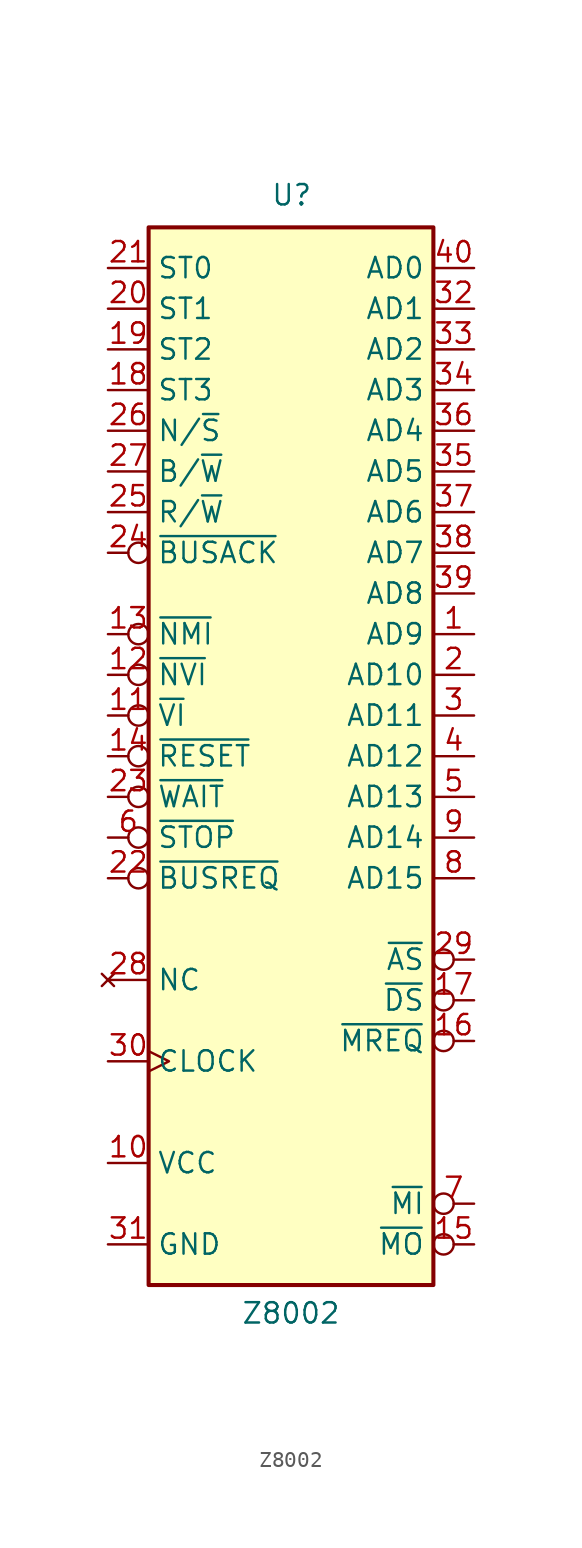
<source format=kicad_sym>
(kicad_symbol_lib
  (version 20231120)
  (generator "kicad_symbol_editor")
  (generator_version "8.0")
  (symbol "Z8002"
    (property "Reference" "U"
      (at -1.27 34.29 0)
      (effects (font (size 1.27 1.27)) (justify left bottom)))
    (property "Value" "Z8002"
      (at 0 -34.036 0)
      (effects (font (size 1.27 1.27)) (justify top)))
    (symbol "Z8002_0_1"
      (rectangle (start -8.89 33.02) (end 8.89 -33.02) (stroke (width 0.254) (type default)) (fill (type background))))
    (symbol "Z8002_1_1"
      (pin bidirectional line (at 11.43 7.62 180) (length 2.54) (name "AD9" (effects (font (size 1.27 1.27)))) (number "1" (effects (font (size 1.27 1.27)))))
      (pin power_in line (at -11.43 -25.4 0) (length 2.54) (name "VCC" (effects (font (size 1.27 1.27)))) (number "10" (effects (font (size 1.27 1.27)))))
      (pin input inverted (at -11.43 2.54 0) (length 2.54) (name "~{VI}" (effects (font (size 1.27 1.27)))) (number "11" (effects (font (size 1.27 1.27)))))
      (pin input inverted (at -11.43 5.08 0) (length 2.54) (name "~{NVI}" (effects (font (size 1.27 1.27)))) (number "12" (effects (font (size 1.27 1.27)))))
      (pin input inverted (at -11.43 7.62 0) (length 2.54) (name "~{NMI}" (effects (font (size 1.27 1.27)))) (number "13" (effects (font (size 1.27 1.27)))))
      (pin input inverted (at -11.43 0 0) (length 2.54) (name "~{RESET}" (effects (font (size 1.27 1.27)))) (number "14" (effects (font (size 1.27 1.27)))))
      (pin output inverted (at 11.43 -30.48 180) (length 2.54) (name "~{MO}" (effects (font (size 1.27 1.27)))) (number "15" (effects (font (size 1.27 1.27)))))
      (pin output inverted (at 11.43 -17.78 180) (length 2.54) (name "~{MREQ}" (effects (font (size 1.27 1.27)))) (number "16" (effects (font (size 1.27 1.27)))))
      (pin output inverted (at 11.43 -15.24 180) (length 2.54) (name "~{DS}" (effects (font (size 1.27 1.27)))) (number "17" (effects (font (size 1.27 1.27)))))
      (pin output line (at -11.43 22.86 0) (length 2.54) (name "ST3" (effects (font (size 1.27 1.27)))) (number "18" (effects (font (size 1.27 1.27)))))
      (pin output line (at -11.43 25.4 0) (length 2.54) (name "ST2" (effects (font (size 1.27 1.27)))) (number "19" (effects (font (size 1.27 1.27)))))
      (pin bidirectional line (at 11.43 5.08 180) (length 2.54) (name "AD10" (effects (font (size 1.27 1.27)))) (number "2" (effects (font (size 1.27 1.27)))))
      (pin output line (at -11.43 27.94 0) (length 2.54) (name "ST1" (effects (font (size 1.27 1.27)))) (number "20" (effects (font (size 1.27 1.27)))))
      (pin output line (at -11.43 30.48 0) (length 2.54) (name "ST0" (effects (font (size 1.27 1.27)))) (number "21" (effects (font (size 1.27 1.27)))))
      (pin input inverted (at -11.43 -7.62 0) (length 2.54) (name "~{BUSREQ}" (effects (font (size 1.27 1.27)))) (number "22" (effects (font (size 1.27 1.27)))))
      (pin input inverted (at -11.43 -2.54 0) (length 2.54) (name "~{WAIT}" (effects (font (size 1.27 1.27)))) (number "23" (effects (font (size 1.27 1.27)))))
      (pin output inverted (at -11.43 12.7 0) (length 2.54) (name "~{BUSACK}" (effects (font (size 1.27 1.27)))) (number "24" (effects (font (size 1.27 1.27)))))
      (pin output line (at -11.43 15.24 0) (length 2.54) (name "R/~{W}" (effects (font (size 1.27 1.27)))) (number "25" (effects (font (size 1.27 1.27)))))
      (pin output line (at -11.43 20.32 0) (length 2.54) (name "N/~{S}" (effects (font (size 1.27 1.27)))) (number "26" (effects (font (size 1.27 1.27)))))
      (pin output line (at -11.43 17.78 0) (length 2.54) (name "B/~{W}" (effects (font (size 1.27 1.27)))) (number "27" (effects (font (size 1.27 1.27)))))
      (pin no_connect line (at -11.43 -13.97 0) (length 2.54) (name "NC" (effects (font (size 1.27 1.27)))) (number "28" (effects (font (size 1.27 1.27)))))
      (pin output inverted (at 11.43 -12.7 180) (length 2.54) (name "~{AS}" (effects (font (size 1.27 1.27)))) (number "29" (effects (font (size 1.27 1.27)))))
      (pin bidirectional line (at 11.43 2.54 180) (length 2.54) (name "AD11" (effects (font (size 1.27 1.27)))) (number "3" (effects (font (size 1.27 1.27)))))
      (pin input clock (at -11.43 -19.05 0) (length 2.54) (name "CLOCK" (effects (font (size 1.27 1.27)))) (number "30" (effects (font (size 1.27 1.27)))))
      (pin power_in line (at -11.43 -30.48 0) (length 2.54) (name "GND" (effects (font (size 1.27 1.27)))) (number "31" (effects (font (size 1.27 1.27)))))
      (pin bidirectional line (at 11.43 27.94 180) (length 2.54) (name "AD1" (effects (font (size 1.27 1.27)))) (number "32" (effects (font (size 1.27 1.27)))))
      (pin bidirectional line (at 11.43 25.4 180) (length 2.54) (name "AD2" (effects (font (size 1.27 1.27)))) (number "33" (effects (font (size 1.27 1.27)))))
      (pin bidirectional line (at 11.43 22.86 180) (length 2.54) (name "AD3" (effects (font (size 1.27 1.27)))) (number "34" (effects (font (size 1.27 1.27)))))
      (pin bidirectional line (at 11.43 17.78 180) (length 2.54) (name "AD5" (effects (font (size 1.27 1.27)))) (number "35" (effects (font (size 1.27 1.27)))))
      (pin bidirectional line (at 11.43 20.32 180) (length 2.54) (name "AD4" (effects (font (size 1.27 1.27)))) (number "36" (effects (font (size 1.27 1.27)))))
      (pin bidirectional line (at 11.43 15.24 180) (length 2.54) (name "AD6" (effects (font (size 1.27 1.27)))) (number "37" (effects (font (size 1.27 1.27)))))
      (pin bidirectional line (at 11.43 12.7 180) (length 2.54) (name "AD7" (effects (font (size 1.27 1.27)))) (number "38" (effects (font (size 1.27 1.27)))))
      (pin bidirectional line (at 11.43 10.16 180) (length 2.54) (name "AD8" (effects (font (size 1.27 1.27)))) (number "39" (effects (font (size 1.27 1.27)))))
      (pin bidirectional line (at 11.43 0 180) (length 2.54) (name "AD12" (effects (font (size 1.27 1.27)))) (number "4" (effects (font (size 1.27 1.27)))))
      (pin bidirectional line (at 11.43 30.48 180) (length 2.54) (name "AD0" (effects (font (size 1.27 1.27)))) (number "40" (effects (font (size 1.27 1.27)))))
      (pin bidirectional line (at 11.43 -2.54 180) (length 2.54) (name "AD13" (effects (font (size 1.27 1.27)))) (number "5" (effects (font (size 1.27 1.27)))))
      (pin input inverted (at -11.43 -5.08 0) (length 2.54) (name "~{STOP}" (effects (font (size 1.27 1.27)))) (number "6" (effects (font (size 1.27 1.27)))))
      (pin input inverted (at 11.43 -27.94 180) (length 2.54) (name "~{MI}" (effects (font (size 1.27 1.27)))) (number "7" (effects (font (size 1.27 1.27)))))
      (pin bidirectional line (at 11.43 -7.62 180) (length 2.54) (name "AD15" (effects (font (size 1.27 1.27)))) (number "8" (effects (font (size 1.27 1.27)))))
      (pin bidirectional line (at 11.43 -5.08 180) (length 2.54) (name "AD14" (effects (font (size 1.27 1.27)))) (number "9" (effects (font (size 1.27 1.27))))))))
</source>
